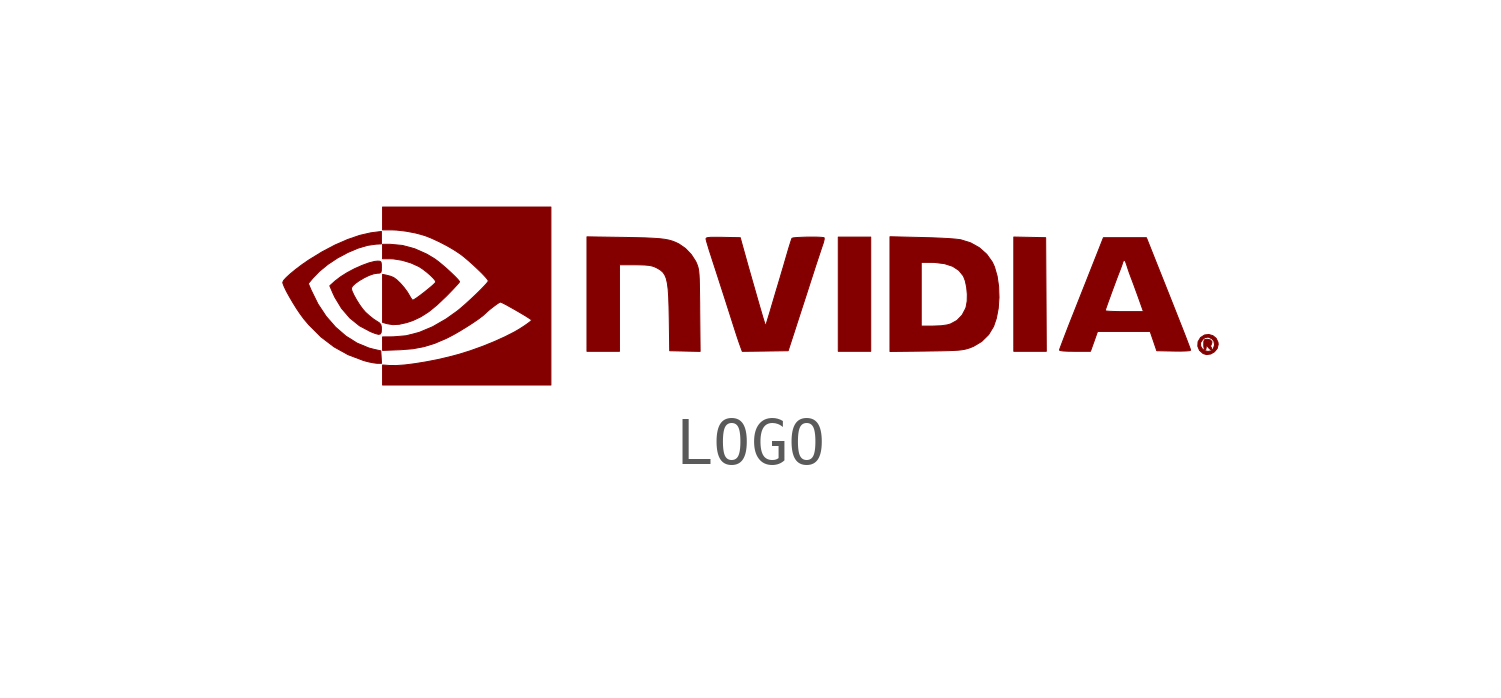
<source format=kicad_sym>
(kicad_symbol_lib
  (version 20220914)
  (generator "bitmap2component")
  (generator_version "8.0")
  (symbol "LOGO"
    (pin_names
      (offset 1.016))
    (property "Reference" "#G"
      (at 0 9.525 0)
      (effects (font (size 1.27 1.27)) hide))
    (symbol "LOGO_0_0"
      (polyline (pts (xy -4.191 0) (xy -4.191 1.88) (xy -5.969 1.88) (xy -7.747 1.88) (xy -7.747 1.638) (xy -7.747 1.397) (xy -7.556 1.397) (xy -7.449 1.393) (xy -7.252 1.37) (xy -7.048 1.331) (xy -6.859 1.279) (xy -6.732 1.23) (xy -6.57 1.156) (xy -6.4 1.069) (xy -6.241 0.977) (xy -6.109 0.89) (xy -6.039 0.837) (xy -5.944 0.757) (xy -5.843 0.668) (xy -5.744 0.575) (xy -5.653 0.487) (xy -5.58 0.41) (xy -5.53 0.352) (xy -5.512 0.319) (xy -5.516 0.309) (xy -5.549 0.265) (xy -5.61 0.199) (xy -5.692 0.115) (xy -5.788 0.021) (xy -5.892 -0.076) (xy -5.995 -0.17) (xy -6.09 -0.253) (xy -6.172 -0.32) (xy -6.404 -0.485) (xy -6.692 -0.651) (xy -6.974 -0.769) (xy -7.25 -0.84) (xy -7.525 -0.863) (xy -7.747 -0.864) (xy -7.747 -1.006) (xy -7.747 -1.149) (xy -7.398 -1.136) (xy -7.369 -1.135) (xy -7.106 -1.114) (xy -6.87 -1.069) (xy -6.641 -0.998) (xy -6.401 -0.895) (xy -6.378 -0.884) (xy -6.253 -0.819) (xy -6.114 -0.739) (xy -5.972 -0.652) (xy -5.837 -0.565) (xy -5.716 -0.482) (xy -5.622 -0.41) (xy -5.563 -0.356) (xy -5.539 -0.333) (xy -5.483 -0.285) (xy -5.414 -0.231) (xy -5.345 -0.179) (xy -5.289 -0.142) (xy -5.259 -0.127) (xy -5.257 -0.127) (xy -5.219 -0.143) (xy -5.151 -0.177) (xy -5.061 -0.227) (xy -4.959 -0.284) (xy -4.854 -0.345) (xy -4.756 -0.403) (xy -4.674 -0.454) (xy -4.618 -0.491) (xy -4.597 -0.509) (xy -4.599 -0.513) (xy -4.629 -0.542) (xy -4.69 -0.588) (xy -4.772 -0.644) (xy -4.864 -0.703) (xy -4.966 -0.762) (xy -5.167 -0.864) (xy -5.398 -0.968) (xy -5.644 -1.067) (xy -5.894 -1.157) (xy -6.134 -1.232) (xy -6.342 -1.287) (xy -6.585 -1.344) (xy -6.828 -1.391) (xy -7.06 -1.429) (xy -7.272 -1.456) (xy -7.455 -1.469) (xy -7.6 -1.468) (xy -7.747 -1.457) (xy -7.747 -1.668) (xy -7.747 -1.88) (xy -5.969 -1.88) (xy -4.191 -1.88) (xy -4.191 0)) (stroke (width 0.01) (type default)) (fill (type outline)))
      (polyline (pts (xy -7.777 -1.291) (xy -7.785 -1.159) (xy -7.931 -1.126) (xy -8.038 -1.098) (xy -8.287 -0.995) (xy -8.522 -0.847) (xy -8.741 -0.658) (xy -8.939 -0.431) (xy -9.112 -0.17) (xy -9.256 0.122) (xy -9.316 0.264) (xy -9.217 0.382) (xy -9.079 0.524) (xy -8.9 0.67) (xy -8.698 0.804) (xy -8.485 0.918) (xy -8.271 1.009) (xy -8.067 1.07) (xy -7.882 1.096) (xy -7.772 1.101) (xy -7.772 1.232) (xy -7.772 1.363) (xy -7.942 1.342) (xy -7.999 1.334) (xy -8.23 1.281) (xy -8.484 1.194) (xy -8.752 1.077) (xy -9.027 0.932) (xy -9.299 0.765) (xy -9.314 0.755) (xy -9.453 0.659) (xy -9.581 0.562) (xy -9.691 0.472) (xy -9.778 0.393) (xy -9.835 0.331) (xy -9.855 0.29) (xy -9.852 0.268) (xy -9.825 0.198) (xy -9.778 0.1) (xy -9.714 -0.016) (xy -9.64 -0.142) (xy -9.562 -0.268) (xy -9.483 -0.384) (xy -9.41 -0.483) (xy -9.304 -0.608) (xy -9.047 -0.865) (xy -8.771 -1.075) (xy -8.474 -1.24) (xy -8.153 -1.361) (xy -8.145 -1.364) (xy -8.039 -1.392) (xy -7.939 -1.412) (xy -7.866 -1.421) (xy -7.77 -1.422) (xy -7.777 -1.291)) (stroke (width 0.01) (type default)) (fill (type outline)))
      (polyline (pts (xy 9.747 -1.225) (xy 9.826 -1.179) (xy 9.884 -1.109) (xy 9.906 -1.023) (xy 9.901 -0.977) (xy 9.862 -0.894) (xy 9.793 -0.838) (xy 9.708 -0.813) (xy 9.618 -0.823) (xy 9.537 -0.875) (xy 9.53 -0.882) (xy 9.48 -0.968) (xy 9.479 -0.989) (xy 9.532 -0.989) (xy 9.577 -0.919) (xy 9.625 -0.88) (xy 9.694 -0.867) (xy 9.773 -0.903) (xy 9.815 -0.953) (xy 9.829 -1.032) (xy 9.803 -1.119) (xy 9.758 -1.158) (xy 9.69 -1.17) (xy 9.619 -1.155) (xy 9.565 -1.112) (xy 9.535 -1.058) (xy 9.532 -0.989) (xy 9.479 -0.989) (xy 9.475 -1.061) (xy 9.511 -1.148) (xy 9.588 -1.216) (xy 9.659 -1.237) (xy 9.747 -1.225)) (stroke (width 0.01) (type default)) (fill (type outline)))
      (polyline (pts (xy -1.047 -0.312) (xy -1.048 -0.135) (xy -1.051 0.064) (xy -1.053 0.221) (xy -1.056 0.344) (xy -1.061 0.439) (xy -1.067 0.511) (xy -1.075 0.566) (xy -1.085 0.61) (xy -1.098 0.649) (xy -1.114 0.69) (xy -1.133 0.732) (xy -1.227 0.877) (xy -1.35 1.005) (xy -1.486 1.099) (xy -1.554 1.132) (xy -1.623 1.159) (xy -1.699 1.181) (xy -1.788 1.198) (xy -1.897 1.211) (xy -2.03 1.22) (xy -2.196 1.228) (xy -2.4 1.233) (xy -2.648 1.238) (xy -3.429 1.25) (xy -3.429 0.041) (xy -3.429 -1.168) (xy -3.086 -1.168) (xy -2.743 -1.168) (xy -2.743 -0.254) (xy -2.743 0.66) (xy -2.419 0.66) (xy -2.328 0.659) (xy -2.205 0.655) (xy -2.116 0.647) (xy -2.048 0.633) (xy -1.991 0.612) (xy -1.947 0.591) (xy -1.881 0.552) (xy -1.827 0.506) (xy -1.786 0.448) (xy -1.754 0.372) (xy -1.731 0.272) (xy -1.714 0.143) (xy -1.703 -0.02) (xy -1.696 -0.222) (xy -1.691 -0.47) (xy -1.681 -1.156) (xy -1.36 -1.163) (xy -1.039 -1.17) (xy -1.047 -0.312)) (stroke (width 0.01) (type default)) (fill (type outline)))
      (polyline (pts (xy 0.337 -1.163) (xy 0.821 -1.156) (xy 0.941 -0.787) (xy 0.973 -0.688) (xy 1.024 -0.53) (xy 1.084 -0.345) (xy 1.15 -0.142) (xy 1.217 0.065) (xy 1.282 0.267) (xy 1.285 0.277) (xy 1.345 0.461) (xy 1.401 0.636) (xy 1.453 0.793) (xy 1.497 0.925) (xy 1.53 1.025) (xy 1.55 1.083) (xy 1.568 1.137) (xy 1.582 1.199) (xy 1.582 1.229) (xy 1.569 1.234) (xy 1.514 1.24) (xy 1.427 1.244) (xy 1.321 1.245) (xy 1.206 1.244) (xy 1.095 1.24) (xy 0.999 1.235) (xy 0.931 1.228) (xy 0.902 1.22) (xy 0.901 1.218) (xy 0.887 1.181) (xy 0.863 1.105) (xy 0.831 1.003) (xy 0.796 0.883) (xy 0.761 0.763) (xy 0.719 0.617) (xy 0.679 0.484) (xy 0.649 0.381) (xy 0.637 0.341) (xy 0.604 0.23) (xy 0.562 0.091) (xy 0.517 -0.062) (xy 0.471 -0.216) (xy 0.442 -0.317) (xy 0.405 -0.439) (xy 0.375 -0.537) (xy 0.354 -0.604) (xy 0.345 -0.629) (xy 0.338 -0.614) (xy 0.319 -0.557) (xy 0.291 -0.466) (xy 0.256 -0.347) (xy 0.216 -0.21) (xy 0.188 -0.112) (xy 0.144 0.041) (xy 0.104 0.182) (xy 0.07 0.3) (xy 0.047 0.381) (xy -0.017 0.605) (xy -0.085 0.849) (xy -0.146 1.067) (xy -0.191 1.232) (xy -0.553 1.239) (xy -0.58 1.24) (xy -0.719 1.241) (xy -0.815 1.24) (xy -0.875 1.234) (xy -0.906 1.225) (xy -0.914 1.211) (xy -0.914 1.204) (xy -0.902 1.155) (xy -0.877 1.071) (xy -0.844 0.961) (xy -0.803 0.836) (xy -0.785 0.779) (xy -0.732 0.616) (xy -0.669 0.422) (xy -0.6 0.208) (xy -0.528 -0.015) (xy -0.458 -0.234) (xy -0.392 -0.44) (xy -0.335 -0.619) (xy -0.289 -0.762) (xy -0.288 -0.766) (xy -0.252 -0.876) (xy -0.216 -0.982) (xy -0.188 -1.061) (xy -0.148 -1.169) (xy 0.337 -1.163)) (stroke (width 0.01) (type default)) (fill (type outline)))
      (polyline (pts (xy 2.565 0.038) (xy 2.565 1.245) (xy 2.223 1.245) (xy 1.88 1.245) (xy 1.88 0.038) (xy 1.88 -1.168) (xy 2.223 -1.168) (xy 2.565 -1.168) (xy 2.565 0.038)) (stroke (width 0.01) (type default)) (fill (type outline)))
      (polyline (pts (xy 3.727 -1.163) (xy 3.859 -1.161) (xy 4.052 -1.158) (xy 4.205 -1.154) (xy 4.324 -1.15) (xy 4.417 -1.144) (xy 4.489 -1.136) (xy 4.548 -1.126) (xy 4.6 -1.113) (xy 4.652 -1.097) (xy 4.737 -1.063) (xy 4.911 -0.958) (xy 5.055 -0.816) (xy 5.16 -0.643) (xy 5.219 -0.47) (xy 5.259 -0.259) (xy 5.275 -0.031) (xy 5.267 0.201) (xy 5.235 0.421) (xy 5.179 0.616) (xy 5.133 0.716) (xy 5.016 0.881) (xy 4.862 1.018) (xy 4.678 1.122) (xy 4.47 1.187) (xy 4.449 1.191) (xy 4.355 1.202) (xy 4.219 1.213) (xy 4.05 1.222) (xy 3.854 1.23) (xy 3.639 1.236) (xy 2.972 1.252) (xy 2.972 0.04) (xy 2.972 -0.635) (xy 3.632 -0.635) (xy 3.632 0.038) (xy 3.632 0.711) (xy 3.83 0.711) (xy 3.91 0.71) (xy 4.123 0.684) (xy 4.296 0.628) (xy 4.429 0.54) (xy 4.524 0.422) (xy 4.563 0.322) (xy 4.592 0.186) (xy 4.606 0.035) (xy 4.603 -0.11) (xy 4.581 -0.232) (xy 4.571 -0.263) (xy 4.496 -0.404) (xy 4.386 -0.517) (xy 4.25 -0.591) (xy 4.184 -0.61) (xy 4.052 -0.629) (xy 3.88 -0.635) (xy 3.632 -0.635) (xy 2.972 -0.635) (xy 2.972 -1.172) (xy 3.727 -1.163)) (stroke (width 0.01) (type default)) (fill (type outline)))
      (polyline (pts (xy 6.268 0.032) (xy 6.261 1.232) (xy 5.925 1.239) (xy 5.588 1.246) (xy 5.588 0.039) (xy 5.588 -1.168) (xy 5.931 -1.168) (xy 6.274 -1.168) (xy 6.268 0.032)) (stroke (width 0.01) (type default)) (fill (type outline)))
      (polyline (pts (xy 7.282 -0.959) (xy 7.356 -0.749) (xy 7.913 -0.749) (xy 8.469 -0.749) (xy 8.539 -0.953) (xy 8.608 -1.156) (xy 8.965 -1.163) (xy 9.111 -1.164) (xy 9.226 -1.161) (xy 9.297 -1.155) (xy 9.322 -1.145) (xy 9.322 -1.143) (xy 9.317 -1.125) (xy 9.304 -1.087) (xy 9.281 -1.026) (xy 9.248 -0.939) (xy 9.204 -0.824) (xy 9.147 -0.678) (xy 9.076 -0.499) (xy 8.991 -0.283) (xy 8.89 -0.028) (xy 8.772 0.269) (xy 8.636 0.61) (xy 8.389 1.232) (xy 7.935 1.232) (xy 7.481 1.232) (xy 7.326 0.838) (xy 7.313 0.806) (xy 7.259 0.669) (xy 7.191 0.497) (xy 7.114 0.301) (xy 7.03 0.09) (xy 6.945 -0.125) (xy 6.872 -0.31) (xy 7.518 -0.31) (xy 7.525 -0.286) (xy 7.547 -0.222) (xy 7.58 -0.128) (xy 7.622 -0.013) (xy 7.668 0.114) (xy 7.716 0.243) (xy 7.762 0.367) (xy 7.803 0.475) (xy 7.836 0.559) (xy 7.838 0.566) (xy 7.867 0.642) (xy 7.887 0.705) (xy 7.895 0.73) (xy 7.919 0.759) (xy 7.944 0.738) (xy 7.97 0.667) (xy 7.993 0.595) (xy 8.026 0.497) (xy 8.064 0.394) (xy 8.087 0.334) (xy 8.132 0.213) (xy 8.182 0.076) (xy 8.23 -0.057) (xy 8.327 -0.33) (xy 7.923 -0.33) (xy 7.834 -0.33) (xy 7.709 -0.327) (xy 7.609 -0.323) (xy 7.542 -0.317) (xy 7.518 -0.31) (xy 6.872 -0.31) (xy 6.862 -0.336) (xy 6.812 -0.461) (xy 6.742 -0.639) (xy 6.68 -0.8) (xy 6.628 -0.936) (xy 6.588 -1.042) (xy 6.562 -1.113) (xy 6.553 -1.142) (xy 6.567 -1.151) (xy 6.628 -1.161) (xy 6.734 -1.166) (xy 6.88 -1.168) (xy 7.207 -1.168) (xy 7.282 -0.959)) (stroke (width 0.01) (type default)) (fill (type outline)))
      (polyline (pts (xy -7.793 -0.801) (xy -7.776 -0.766) (xy -7.772 -0.701) (xy -7.773 -0.655) (xy -7.784 -0.604) (xy -7.817 -0.566) (xy -7.883 -0.524) (xy -7.938 -0.488) (xy -8.027 -0.417) (xy -8.11 -0.342) (xy -8.168 -0.275) (xy -8.235 -0.182) (xy -8.299 -0.08) (xy -8.354 0.02) (xy -8.393 0.104) (xy -8.407 0.16) (xy -8.407 0.161) (xy -8.384 0.208) (xy -8.324 0.265) (xy -8.238 0.326) (xy -8.137 0.385) (xy -8.033 0.435) (xy -7.935 0.469) (xy -7.855 0.482) (xy -7.812 0.484) (xy -7.784 0.497) (xy -7.774 0.534) (xy -7.772 0.61) (xy -7.773 0.673) (xy -7.781 0.717) (xy -7.804 0.734) (xy -7.849 0.737) (xy -7.913 0.731) (xy -8.038 0.699) (xy -8.184 0.645) (xy -8.339 0.576) (xy -8.492 0.495) (xy -8.63 0.408) (xy -8.743 0.322) (xy -8.862 0.216) (xy -8.797 0.064) (xy -8.756 -0.024) (xy -8.613 -0.261) (xy -8.438 -0.464) (xy -8.234 -0.629) (xy -8.005 -0.751) (xy -8.003 -0.752) (xy -7.899 -0.793) (xy -7.831 -0.81) (xy -7.793 -0.801)) (stroke (width 0.01) (type default)) (fill (type outline)))
      (polyline (pts (xy -7.395 -0.597) (xy -7.235 -0.561) (xy -7.105 -0.517) (xy -6.938 -0.438) (xy -6.771 -0.331) (xy -6.597 -0.189) (xy -6.407 -0.009) (xy -6.345 0.054) (xy -6.256 0.146) (xy -6.186 0.222) (xy -6.138 0.276) (xy -6.121 0.3) (xy -6.126 0.311) (xy -6.16 0.354) (xy -6.221 0.417) (xy -6.301 0.494) (xy -6.391 0.577) (xy -6.484 0.657) (xy -6.57 0.728) (xy -6.642 0.781) (xy -6.81 0.883) (xy -7.066 0.997) (xy -7.327 1.068) (xy -7.583 1.092) (xy -7.747 1.092) (xy -7.747 0.94) (xy -7.747 0.787) (xy -7.585 0.787) (xy -7.515 0.784) (xy -7.334 0.755) (xy -7.148 0.699) (xy -6.982 0.624) (xy -6.973 0.619) (xy -6.893 0.566) (xy -6.81 0.502) (xy -6.732 0.434) (xy -6.669 0.371) (xy -6.63 0.321) (xy -6.623 0.292) (xy -6.649 0.263) (xy -6.708 0.209) (xy -6.785 0.145) (xy -6.871 0.076) (xy -6.956 0.011) (xy -7.031 -0.043) (xy -7.086 -0.078) (xy -7.113 -0.088) (xy -7.119 -0.083) (xy -7.15 -0.042) (xy -7.186 0.021) (xy -7.223 0.083) (xy -7.292 0.177) (xy -7.372 0.269) (xy -7.451 0.345) (xy -7.515 0.391) (xy -7.582 0.418) (xy -7.665 0.44) (xy -7.747 0.456) (xy -7.747 -0.051) (xy -7.747 -0.557) (xy -7.665 -0.581) (xy -7.655 -0.584) (xy -7.529 -0.605) (xy -7.395 -0.597)) (stroke (width 0.01) (type default)) (fill (type outline)))
      (polyline (pts (xy 9.643 -1.13) (xy 9.652 -1.086) (xy 9.653 -1.029) (xy 9.702 -1.092) (xy 9.704 -1.095) (xy 9.743 -1.131) (xy 9.769 -1.136) (xy 9.775 -1.122) (xy 9.759 -1.087) (xy 9.744 -1.064) (xy 9.757 -1.024) (xy 9.764 -1.016) (xy 9.774 -0.967) (xy 9.743 -0.929) (xy 9.678 -0.914) (xy 9.649 -0.915) (xy 9.616 -0.925) (xy 9.603 -0.958) (xy 9.602 -0.985) (xy 9.663 -0.985) (xy 9.673 -0.973) (xy 9.687 -0.969) (xy 9.721 -0.975) (xy 9.721 -0.984) (xy 9.688 -0.989) (xy 9.663 -0.985) (xy 9.602 -0.985) (xy 9.601 -1.029) (xy 9.602 -1.063) (xy 9.611 -1.12) (xy 9.627 -1.143) (xy 9.643 -1.13)) (stroke (width 0.01) (type default)) (fill (type outline))))))
</source>
